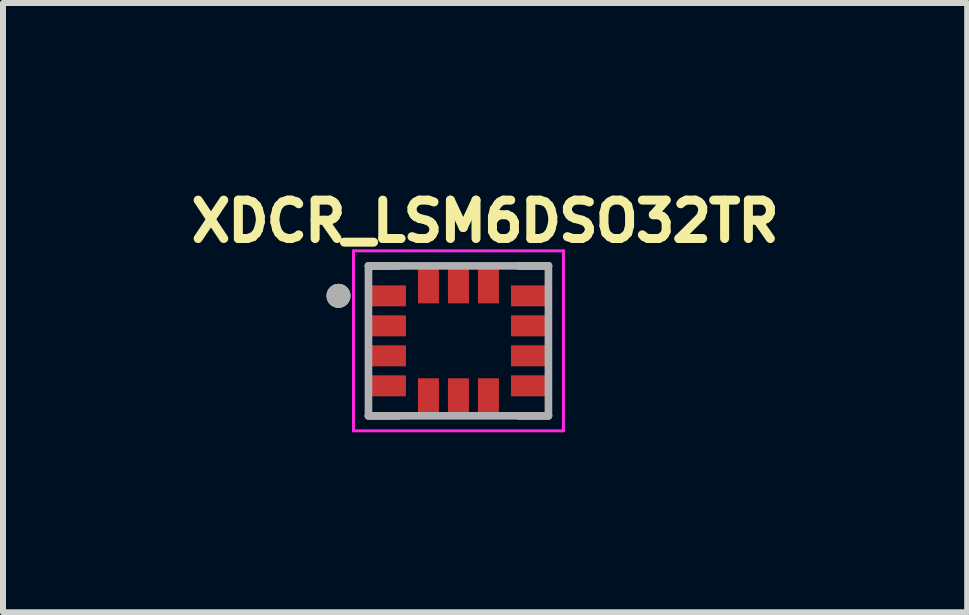
<source format=kicad_pcb>
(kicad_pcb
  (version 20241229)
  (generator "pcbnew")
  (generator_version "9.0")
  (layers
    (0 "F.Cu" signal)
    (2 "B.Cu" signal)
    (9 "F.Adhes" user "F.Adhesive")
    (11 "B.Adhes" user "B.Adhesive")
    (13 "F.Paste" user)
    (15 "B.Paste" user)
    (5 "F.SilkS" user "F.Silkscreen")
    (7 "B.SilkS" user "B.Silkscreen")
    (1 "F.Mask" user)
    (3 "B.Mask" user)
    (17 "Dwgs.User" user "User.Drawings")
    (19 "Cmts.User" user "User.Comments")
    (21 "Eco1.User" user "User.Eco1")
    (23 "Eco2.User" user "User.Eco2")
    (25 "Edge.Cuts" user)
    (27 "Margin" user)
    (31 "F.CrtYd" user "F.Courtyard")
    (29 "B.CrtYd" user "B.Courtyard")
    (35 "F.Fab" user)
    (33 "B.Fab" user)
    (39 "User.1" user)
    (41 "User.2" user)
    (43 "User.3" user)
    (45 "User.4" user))
  (footprint "XDCR_LSM6DSO32TR"
    (layer "F.Cu")
    (at 4.593 2.632)
    (property "Reference" "XDCR_LSM6DSO32TR" (at 0.445 -1.994 0) (layer "F.SilkS") (effects (font (size 0.64 0.64) (thickness 0.15))))
    (attr smd)
    (fp_poly (pts (xy -1.5 -0.975) (xy -0.825 -0.975) (xy -0.825 -0.525) (xy -1.5 -0.525)) (stroke (width 0.01) (type solid)) (fill yes) (layer "F.Mask"))
    (fp_poly (pts (xy -1.5 -0.475) (xy -0.825 -0.475) (xy -0.825 -0.025) (xy -1.5 -0.025)) (stroke (width 0.01) (type solid)) (fill yes) (layer "F.Mask"))
    (fp_poly (pts (xy -1.5 0.025) (xy -0.825 0.025) (xy -0.825 0.475) (xy -1.5 0.475)) (stroke (width 0.01) (type solid)) (fill yes) (layer "F.Mask"))
    (fp_poly (pts (xy -1.5 0.525) (xy -0.825 0.525) (xy -0.825 0.975) (xy -1.5 0.975)) (stroke (width 0.01) (type solid)) (fill yes) (layer "F.Mask"))
    (fp_poly (pts (xy -0.725 -1.25) (xy -0.275 -1.25) (xy -0.275 -0.575) (xy -0.725 -0.575)) (stroke (width 0.01) (type solid)) (fill yes) (layer "F.Mask"))
    (fp_poly (pts (xy -0.725 0.575) (xy -0.275 0.575) (xy -0.275 1.25) (xy -0.725 1.25)) (stroke (width 0.01) (type solid)) (fill yes) (layer "F.Mask"))
    (fp_poly (pts (xy -0.225 -1.25) (xy 0.225 -1.25) (xy 0.225 -0.575) (xy -0.225 -0.575)) (stroke (width 0.01) (type solid)) (fill yes) (layer "F.Mask"))
    (fp_poly (pts (xy -0.225 0.575) (xy 0.225 0.575) (xy 0.225 1.25) (xy -0.225 1.25)) (stroke (width 0.01) (type solid)) (fill yes) (layer "F.Mask"))
    (fp_poly (pts (xy 0.275 -1.25) (xy 0.725 -1.25) (xy 0.725 -0.575) (xy 0.275 -0.575)) (stroke (width 0.01) (type solid)) (fill yes) (layer "F.Mask"))
    (fp_poly (pts (xy 0.275 0.575) (xy 0.725 0.575) (xy 0.725 1.25) (xy 0.275 1.25)) (stroke (width 0.01) (type solid)) (fill yes) (layer "F.Mask"))
    (fp_poly (pts (xy 0.825 -0.975) (xy 1.5 -0.975) (xy 1.5 -0.525) (xy 0.825 -0.525)) (stroke (width 0.01) (type solid)) (fill yes) (layer "F.Mask"))
    (fp_poly (pts (xy 0.825 -0.475) (xy 1.5 -0.475) (xy 1.5 -0.025) (xy 0.825 -0.025)) (stroke (width 0.01) (type solid)) (fill yes) (layer "F.Mask"))
    (fp_poly (pts (xy 0.825 0.025) (xy 1.5 0.025) (xy 1.5 0.475) (xy 0.825 0.475)) (stroke (width 0.01) (type solid)) (fill yes) (layer "F.Mask"))
    (fp_poly (pts (xy 0.825 0.525) (xy 1.5 0.525) (xy 1.5 0.975) (xy 0.825 0.975)) (stroke (width 0.01) (type solid)) (fill yes) (layer "F.Mask"))
    (fp_line (start -1.5 -1.25) (end -1 -1.25) (stroke (width 0.127) (type solid)) (layer "F.SilkS"))
    (fp_line (start -1.5 1.25) (end -1 1.25) (stroke (width 0.127) (type solid)) (layer "F.SilkS"))
    (fp_line (start 1.5 -1.25) (end 1 -1.25) (stroke (width 0.127) (type solid)) (layer "F.SilkS"))
    (fp_line (start 1.5 1.25) (end 1 1.25) (stroke (width 0.127) (type solid)) (layer "F.SilkS"))
    (fp_circle (center -2 -0.75) (end -1.9 -0.75) (stroke (width 0.2) (type solid)) (fill no) (layer "F.SilkS"))
    (fp_line (start -1.75 -1.5) (end -1.75 1.5) (stroke (width 0.05) (type solid)) (layer "F.CrtYd"))
    (fp_line (start -1.75 1.5) (end 1.75 1.5) (stroke (width 0.05) (type solid)) (layer "F.CrtYd"))
    (fp_line (start 1.75 -1.5) (end -1.75 -1.5) (stroke (width 0.05) (type solid)) (layer "F.CrtYd"))
    (fp_line (start 1.75 1.5) (end 1.75 -1.5) (stroke (width 0.05) (type solid)) (layer "F.CrtYd"))
    (fp_line (start -1.5 -1.25) (end 1.5 -1.25) (stroke (width 0.127) (type solid)) (layer "F.Fab"))
    (fp_line (start -1.5 1.25) (end -1.5 -1.25) (stroke (width 0.127) (type solid)) (layer "F.Fab"))
    (fp_line (start 1.5 -1.25) (end 1.5 1.25) (stroke (width 0.127) (type solid)) (layer "F.Fab"))
    (fp_line (start 1.5 1.25) (end -1.5 1.25) (stroke (width 0.127) (type solid)) (layer "F.Fab"))
    (fp_circle (center -2 -0.75) (end -1.9 -0.75) (stroke (width 0.2) (type solid)) (fill no) (layer "F.Fab"))
    (pad "1" smd rect (at -1.163 -0.75) (size 0.575 0.35) (layers "F.Cu" "F.Paste"))
    (pad "2" smd rect (at -1.163 -0.25) (size 0.575 0.35) (layers "F.Cu" "F.Paste"))
    (pad "3" smd rect (at -1.163 0.25) (size 0.575 0.35) (layers "F.Cu" "F.Paste"))
    (pad "4" smd rect (at -1.163 0.75) (size 0.575 0.35) (layers "F.Cu" "F.Paste"))
    (pad "5" smd rect (at -0.5 0.912) (size 0.35 0.575) (layers "F.Cu" "F.Paste"))
    (pad "6" smd rect (at 0 0.912) (size 0.35 0.575) (layers "F.Cu" "F.Paste"))
    (pad "7" smd rect (at 0.5 0.912) (size 0.35 0.575) (layers "F.Cu" "F.Paste"))
    (pad "8" smd rect (at 1.163 0.75) (size 0.575 0.35) (layers "F.Cu" "F.Paste"))
    (pad "9" smd rect (at 1.163 0.25) (size 0.575 0.35) (layers "F.Cu" "F.Paste"))
    (pad "10" smd rect (at 1.163 -0.25) (size 0.575 0.35) (layers "F.Cu" "F.Paste"))
    (pad "11" smd rect (at 1.163 -0.75) (size 0.575 0.35) (layers "F.Cu" "F.Paste"))
    (pad "12" smd rect (at 0.5 -0.912) (size 0.35 0.575) (layers "F.Cu" "F.Paste"))
    (pad "13" smd rect (at 0 -0.912) (size 0.35 0.575) (layers "F.Cu" "F.Paste"))
    (pad "14" smd rect (at -0.5 -0.912) (size 0.35 0.575) (layers "F.Cu" "F.Paste")))
  (gr_rect
    (start -3 -3)
    (end 13.074 7.157)
    (stroke (width 0.1) (type default))
    (fill no)
    (layer "Edge.Cuts")))
</source>
